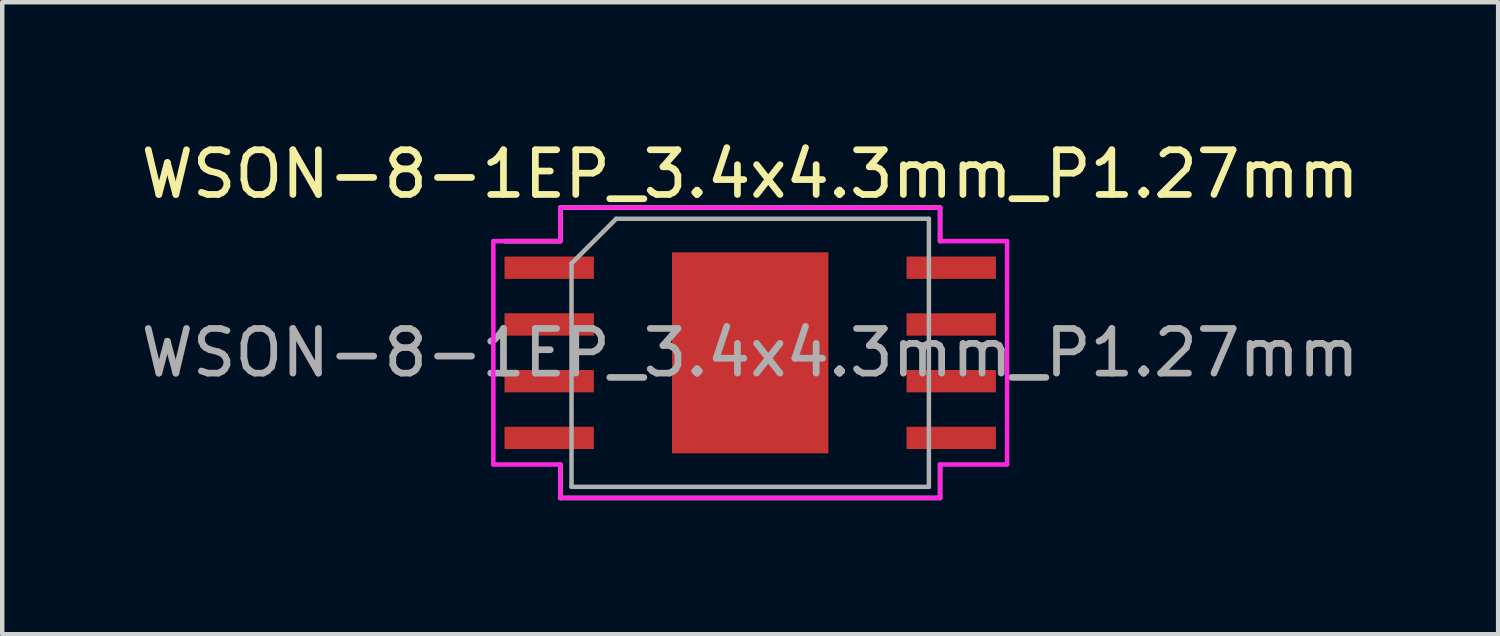
<source format=kicad_pcb>
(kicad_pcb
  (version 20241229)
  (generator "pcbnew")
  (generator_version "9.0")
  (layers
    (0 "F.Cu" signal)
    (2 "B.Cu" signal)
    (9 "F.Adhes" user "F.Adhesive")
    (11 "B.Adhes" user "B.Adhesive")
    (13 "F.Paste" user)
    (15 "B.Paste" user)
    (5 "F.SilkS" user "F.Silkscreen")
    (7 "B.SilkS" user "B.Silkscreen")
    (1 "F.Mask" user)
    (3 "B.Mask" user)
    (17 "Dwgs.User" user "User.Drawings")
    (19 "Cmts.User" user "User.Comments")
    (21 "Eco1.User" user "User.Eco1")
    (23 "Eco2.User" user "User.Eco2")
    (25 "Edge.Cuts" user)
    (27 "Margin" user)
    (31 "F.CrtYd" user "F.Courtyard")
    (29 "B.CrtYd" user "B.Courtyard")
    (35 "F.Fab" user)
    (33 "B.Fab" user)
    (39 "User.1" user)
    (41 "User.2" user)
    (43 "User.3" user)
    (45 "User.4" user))
  (footprint "WSON-8-1EP_3.4x4.3mm_P1.27mm"
    (layer "F.Cu")
    (at 13.744 4.848)
    (property "Reference" "WSON-8-1EP_3.4x4.3mm_P1.27mm" (at 0 -4 0) (layer "F.SilkS") (effects (font (size 1 1) (thickness 0.15))))
    (attr smd)
    (fp_line (start -5.5 -2.5) (end -4.25 -2.5) (stroke (width 0.1) (type solid)) (layer "F.SilkS"))
    (fp_line (start -4.25 -3.25) (end 4.25 -3.25) (stroke (width 0.1) (type solid)) (layer "F.SilkS"))
    (fp_line (start -4.25 -2.5) (end -4.25 -3.25) (stroke (width 0.1) (type solid)) (layer "F.SilkS"))
    (fp_line (start -4.25 3.25) (end -4.25 2.5) (stroke (width 0.1) (type solid)) (layer "F.SilkS"))
    (fp_line (start 4.25 -3.25) (end 4.25 -2.5) (stroke (width 0.1) (type solid)) (layer "F.SilkS"))
    (fp_line (start 4.25 2.5) (end 4.25 3.25) (stroke (width 0.1) (type solid)) (layer "F.SilkS"))
    (fp_line (start 4.25 3.25) (end -4.25 3.25) (stroke (width 0.1) (type solid)) (layer "F.SilkS"))
    (fp_line (start -5.75 -2.5) (end -4.25 -2.5) (stroke (width 0.1) (type solid)) (layer "F.CrtYd"))
    (fp_line (start -5.75 2.5) (end -5.75 -2.5) (stroke (width 0.1) (type solid)) (layer "F.CrtYd"))
    (fp_line (start -4.25 -3.25) (end 4.25 -3.25) (stroke (width 0.1) (type solid)) (layer "F.CrtYd"))
    (fp_line (start -4.25 -2.5) (end -4.25 -3.25) (stroke (width 0.1) (type solid)) (layer "F.CrtYd"))
    (fp_line (start -4.25 2.5) (end -5.75 2.5) (stroke (width 0.1) (type solid)) (layer "F.CrtYd"))
    (fp_line (start -4.25 3.25) (end -4.25 2.5) (stroke (width 0.1) (type solid)) (layer "F.CrtYd"))
    (fp_line (start 4.25 -3.25) (end 4.25 -2.5) (stroke (width 0.1) (type solid)) (layer "F.CrtYd"))
    (fp_line (start 4.25 -2.5) (end 5.75 -2.5) (stroke (width 0.1) (type solid)) (layer "F.CrtYd"))
    (fp_line (start 4.25 2.5) (end 4.25 3.25) (stroke (width 0.1) (type solid)) (layer "F.CrtYd"))
    (fp_line (start 4.25 3.25) (end -4.25 3.25) (stroke (width 0.1) (type solid)) (layer "F.CrtYd"))
    (fp_line (start 5.75 -2.5) (end 5.75 2.5) (stroke (width 0.1) (type solid)) (layer "F.CrtYd"))
    (fp_line (start 5.75 2.5) (end 4.25 2.5) (stroke (width 0.1) (type solid)) (layer "F.CrtYd"))
    (fp_line (start -4 -2) (end -3 -3) (stroke (width 0.1) (type solid)) (layer "F.Fab"))
    (fp_line (start -4 3) (end -4 -2) (stroke (width 0.1) (type solid)) (layer "F.Fab"))
    (fp_line (start -3 -3) (end 4 -3) (stroke (width 0.1) (type solid)) (layer "F.Fab"))
    (fp_line (start 4 -3) (end 4 3) (stroke (width 0.1) (type solid)) (layer "F.Fab"))
    (fp_line (start 4 3) (end -4 3) (stroke (width 0.1) (type solid)) (layer "F.Fab"))
    (fp_text user "${REFERENCE}" (at 0 0 0) (layer "F.Fab") (effects (font (size 1 1) (thickness 0.15))))
    (pad "1" smd rect (at -4.5 -1.905) (size 2 0.5) (layers "F.Cu" "F.Mask" "F.Paste"))
    (pad "2" smd rect (at -4.5 -0.635) (size 2 0.5) (layers "F.Cu" "F.Mask" "F.Paste"))
    (pad "3" smd rect (at -4.5 0.635) (size 2 0.5) (layers "F.Cu" "F.Mask" "F.Paste"))
    (pad "4" smd rect (at -4.5 1.905) (size 2 0.5) (layers "F.Cu" "F.Mask" "F.Paste"))
    (pad "5" smd rect (at 4.5 1.905) (size 2 0.5) (layers "F.Cu" "F.Mask" "F.Paste"))
    (pad "6" smd rect (at 4.5 0.635) (size 2 0.5) (layers "F.Cu" "F.Mask" "F.Paste"))
    (pad "7" smd rect (at 4.5 -0.635) (size 2 0.5) (layers "F.Cu" "F.Mask" "F.Paste"))
    (pad "8" smd rect (at 4.5 -1.905) (size 2 0.5) (layers "F.Cu" "F.Mask" "F.Paste"))
    (pad "ePAD" smd rect (at 0 0) (size 3.5 4.5) (layers "F.Cu" "F.Mask" "F.Paste")))
  (gr_rect
    (start -3 -3)
    (end 30.488 11.148)
    (stroke (width 0.1) (type default))
    (fill no)
    (layer "Edge.Cuts")))
</source>
